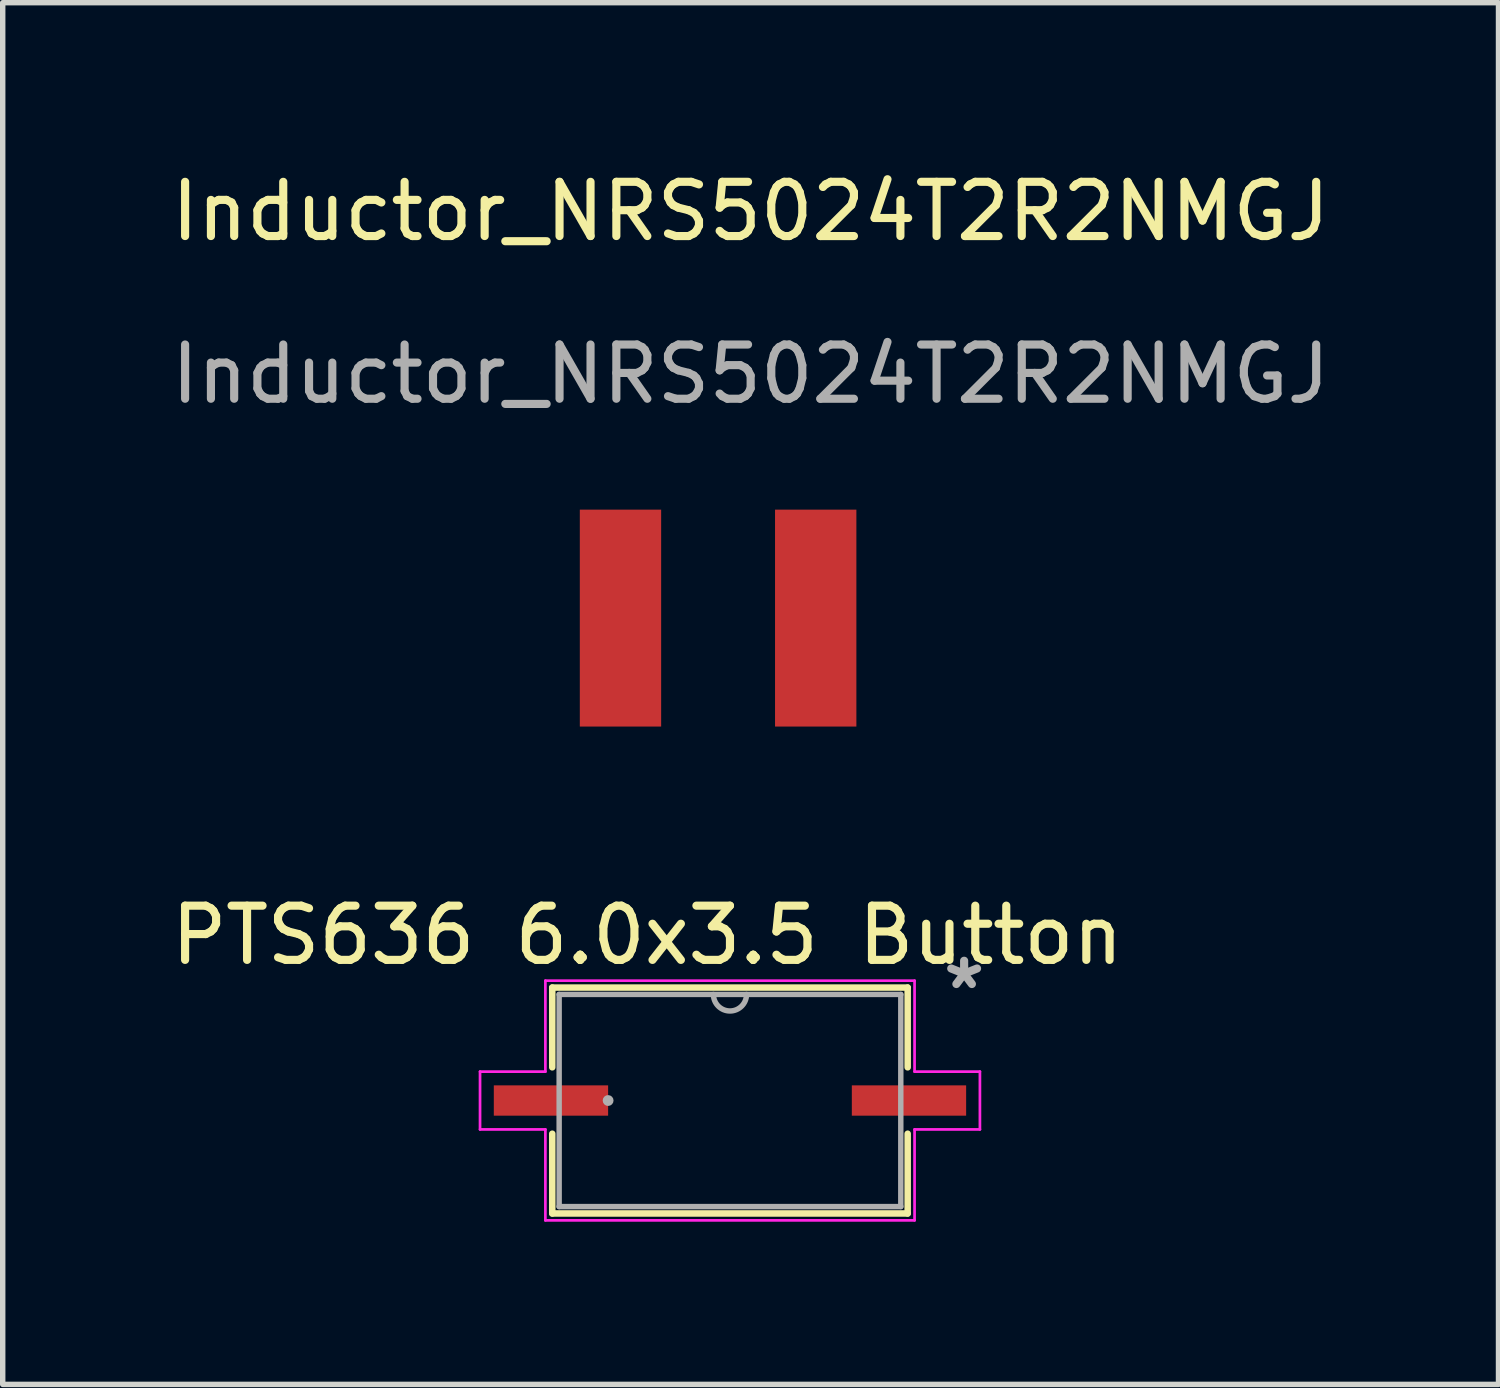
<source format=kicad_pcb>
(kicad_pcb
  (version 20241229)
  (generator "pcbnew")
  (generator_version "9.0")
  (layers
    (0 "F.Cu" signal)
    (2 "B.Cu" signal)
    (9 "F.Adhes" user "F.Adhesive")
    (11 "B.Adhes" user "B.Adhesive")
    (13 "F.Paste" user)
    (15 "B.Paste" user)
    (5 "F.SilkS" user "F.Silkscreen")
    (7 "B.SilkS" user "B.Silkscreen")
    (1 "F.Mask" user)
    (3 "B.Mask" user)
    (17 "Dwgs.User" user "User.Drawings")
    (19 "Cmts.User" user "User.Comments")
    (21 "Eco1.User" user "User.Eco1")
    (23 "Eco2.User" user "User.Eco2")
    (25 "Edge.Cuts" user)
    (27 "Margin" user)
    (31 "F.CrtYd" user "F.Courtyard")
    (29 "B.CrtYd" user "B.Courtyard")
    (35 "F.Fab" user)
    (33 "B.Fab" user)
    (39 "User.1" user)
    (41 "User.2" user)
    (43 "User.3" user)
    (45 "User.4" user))
  (footprint "PTS636 6.0x3.5 Button"
    (layer "F.Cu")
    (at 10.411 17.244)
    (property "Reference" "PTS636 6.0x3.5 Button" (at -1.524 -3.048 0) (layer "F.SilkS") (effects (font (size 1 1) (thickness 0.15))))
    (attr smd)
    (fp_line (start -3.277 -2.083) (end -3.277 -0.612) (stroke (width 0.12) (type solid)) (layer "F.SilkS"))
    (fp_line (start -3.277 0.612) (end -3.277 2.083) (stroke (width 0.12) (type solid)) (layer "F.SilkS"))
    (fp_line (start -3.277 2.083) (end 3.277 2.083) (stroke (width 0.12) (type solid)) (layer "F.SilkS"))
    (fp_line (start 3.277 -2.083) (end -3.277 -2.083) (stroke (width 0.12) (type solid)) (layer "F.SilkS"))
    (fp_line (start 3.277 -0.612) (end 3.277 -2.083) (stroke (width 0.12) (type solid)) (layer "F.SilkS"))
    (fp_line (start 3.277 2.083) (end 3.277 0.612) (stroke (width 0.12) (type solid)) (layer "F.SilkS"))
    (fp_line (start -4.609 -0.533) (end -3.404 -0.533) (stroke (width 0.05) (type solid)) (layer "F.CrtYd"))
    (fp_line (start -4.609 0.533) (end -4.609 -0.533) (stroke (width 0.05) (type solid)) (layer "F.CrtYd"))
    (fp_line (start -4.609 0.533) (end -3.404 0.533) (stroke (width 0.05) (type solid)) (layer "F.CrtYd"))
    (fp_line (start -3.404 -2.21) (end 3.404 -2.21) (stroke (width 0.05) (type solid)) (layer "F.CrtYd"))
    (fp_line (start -3.404 -0.533) (end -3.404 -2.21) (stroke (width 0.05) (type solid)) (layer "F.CrtYd"))
    (fp_line (start -3.404 2.21) (end -3.404 0.533) (stroke (width 0.05) (type solid)) (layer "F.CrtYd"))
    (fp_line (start 3.404 -2.21) (end 3.404 -0.533) (stroke (width 0.05) (type solid)) (layer "F.CrtYd"))
    (fp_line (start 3.404 -0.533) (end 4.609 -0.533) (stroke (width 0.05) (type solid)) (layer "F.CrtYd"))
    (fp_line (start 3.404 0.533) (end 3.404 2.21) (stroke (width 0.05) (type solid)) (layer "F.CrtYd"))
    (fp_line (start 3.404 2.21) (end -3.404 2.21) (stroke (width 0.05) (type solid)) (layer "F.CrtYd"))
    (fp_line (start 4.609 -0.533) (end 4.609 0.533) (stroke (width 0.05) (type solid)) (layer "F.CrtYd"))
    (fp_line (start 4.609 0.533) (end 3.404 0.533) (stroke (width 0.05) (type solid)) (layer "F.CrtYd"))
    (fp_line (start -3.15 -1.956) (end -3.15 1.956) (stroke (width 0.1) (type solid)) (layer "F.Fab"))
    (fp_line (start -3.15 1.956) (end 3.15 1.956) (stroke (width 0.1) (type solid)) (layer "F.Fab"))
    (fp_line (start 3.15 -1.956) (end -3.15 -1.956) (stroke (width 0.1) (type solid)) (layer "F.Fab"))
    (fp_line (start 3.15 1.956) (end 3.15 -1.956) (stroke (width 0.1) (type solid)) (layer "F.Fab"))
    (fp_arc (start 0.3048 -1.9558) (mid 0 -1.651) (end -0.3048 -1.9558) (stroke (width 0.1) (type solid)) (layer "F.Fab"))
    (fp_circle (center -2.247 0) (end -2.247 0) (stroke (width 0.1) (type solid)) (fill no) (layer "F.Fab"))
    (fp_text user "*" (at 4.318 -2.032 0) (layer "F.Fab") (effects (font (size 1 1) (thickness 0.15))))
    (pad "1" smd rect (at -3.301 0) (size 2.108 0.559) (layers "F.Cu" "F.Mask" "F.Paste"))
    (pad "2" smd rect (at 3.301 0) (size 2.108 0.559) (layers "F.Cu" "F.Mask" "F.Paste")))
  (footprint "Inductor_NRS5024T2R2NMGJ"
    (layer "F.Cu")
    (at 10.192 8.348)
    (property "Reference" "Inductor_NRS5024T2R2NMGJ" (at 0.6 -7.5 0) (unlocked yes) (layer "F.SilkS") (effects (font (size 1 1) (thickness 0.15))))
    (attr smd)
    (fp_text user "${REFERENCE}" (at 0.6 -4.5 0) (unlocked yes) (layer "F.Fab") (effects (font (size 1 1) (thickness 0.15))))
    (pad "1" smd rect (at 1.8 0) (size 1.5 4) (layers "F.Cu" "F.Mask" "F.Paste"))
    (pad "2" smd rect (at -1.8 0) (size 1.5 4) (layers "F.Cu" "F.Mask" "F.Paste")))
  (gr_rect
    (start -3 -3)
    (end 24.583 22.479)
    (stroke (width 0.1) (type default))
    (fill no)
    (layer "Edge.Cuts")))
</source>
